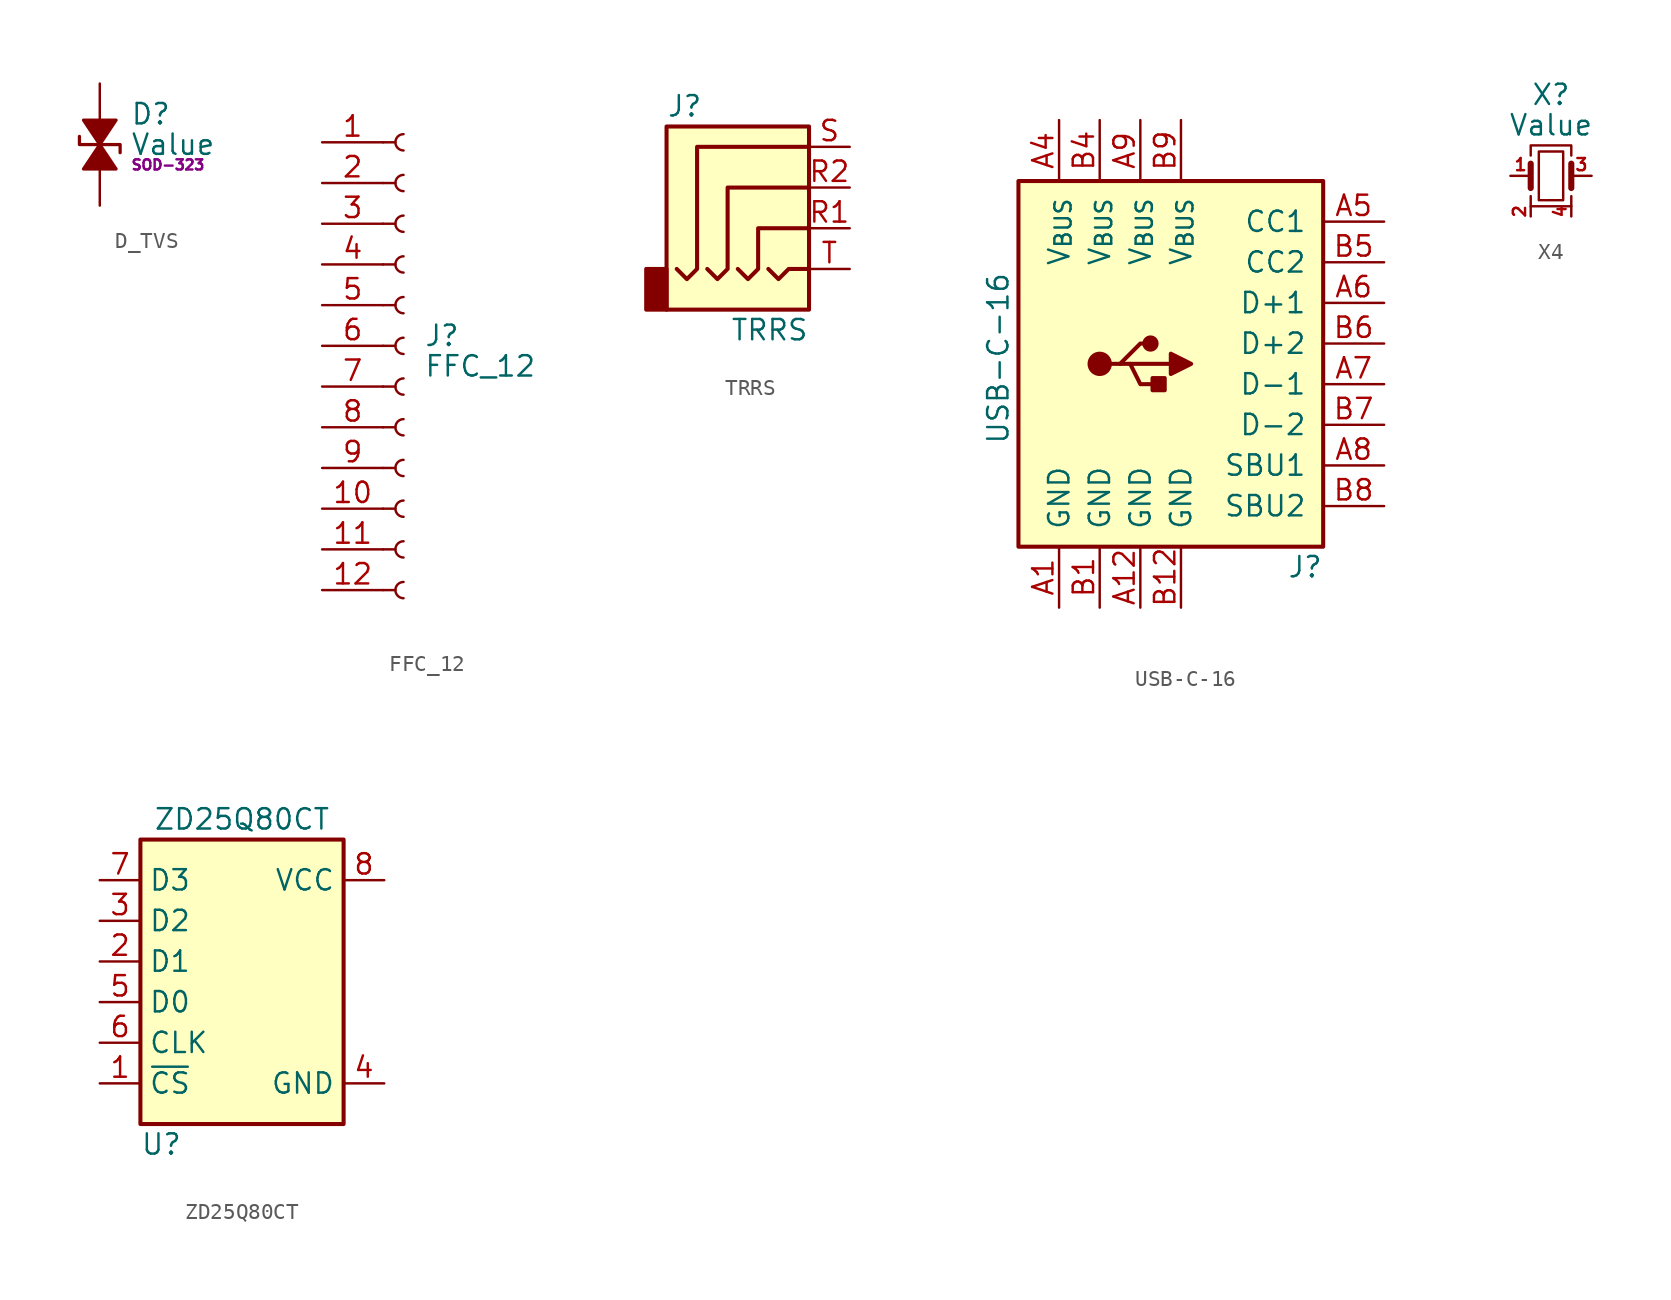
<source format=kicad_sym>
(kicad_symbol_lib
  (version 20231120)
  (generator "kicad_symbol_editor")
  (generator_version "8.0")
  (symbol "D_TVS"
    (pin_numbers hide)
    (pin_names
      (offset 1.016) hide)
    (property "Reference" "D"
      (at 1.905 1.905 0)
      (do_not_autoplace)
      (effects (font (size 1.27 1.27)) (justify left)))
    (property "Value" "Value"
      (at 1.905 0 0)
      (do_not_autoplace)
      (effects (font (size 1.27 1.27)) (justify left)))
    (property "Package" "SOD-323"
      (at 1.905 -1.27 0)
      (do_not_autoplace)
      (effects (font (size 0.635 0.635)) (justify left)))
    (symbol "D_TVS_0_1"
      (polyline (pts (xy 0 1.27) (xy 0 -1.27)) (stroke (width 0) (type solid)) (fill (type none)))
      (polyline (pts (xy -1.27 0.508) (xy -1.27 0) (xy 1.27 0) (xy 1.27 -0.508)) (stroke (width 0.203) (type solid)) (fill (type none))))
    (symbol "D_TVS_1_1"
      (polyline (pts (xy -1.016 -1.524) (xy 0 0) (xy 1.016 -1.524) (xy -1.016 -1.524)) (stroke (width 0.203) (type solid)) (fill (type outline)))
      (polyline (pts (xy 1.016 1.524) (xy 0 0) (xy -1.016 1.524) (xy 1.016 1.524)) (stroke (width 0.203) (type solid)) (fill (type outline)))
      (pin passive line (at 0 -3.81 90) (length 2.54) (name "A1" (effects (font (size 1.27 1.27)))) (number "1" (effects (font (size 1.27 1.27)))))
      (pin passive line (at 0 3.81 270) (length 2.54) (name "A2" (effects (font (size 1.27 1.27)))) (number "2" (effects (font (size 1.27 1.27)))))))
  (symbol "FFC_12"
    (pin_names
      (offset 1.016) hide)
    (property "Reference" "J"
      (at 1.27 0.635 0)
      (do_not_autoplace)
      (effects (font (size 1.27 1.27)) (justify left)))
    (property "Value" "FFC_12"
      (at 1.27 -1.27 0)
      (do_not_autoplace)
      (effects (font (size 1.27 1.27)) (justify left)))
    (symbol "FFC_12_1_1"
      (arc (start 0 -14.732) (mid -0.5058 -15.24) (end 0 -15.748) (stroke (width 0.1524) (type default)) (fill (type none)))
      (arc (start 0 -12.192) (mid -0.5058 -12.7) (end 0 -13.208) (stroke (width 0.1524) (type default)) (fill (type none)))
      (arc (start 0 -9.652) (mid -0.5058 -10.16) (end 0 -10.668) (stroke (width 0.1524) (type default)) (fill (type none)))
      (arc (start 0 -7.112) (mid -0.5058 -7.62) (end 0 -8.128) (stroke (width 0.1524) (type default)) (fill (type none)))
      (arc (start 0 -4.572) (mid -0.5058 -5.08) (end 0 -5.588) (stroke (width 0.1524) (type default)) (fill (type none)))
      (arc (start 0 -2.032) (mid -0.5058 -2.54) (end 0 -3.048) (stroke (width 0.1524) (type default)) (fill (type none)))
      (polyline (pts (xy -1.27 -15.24) (xy -0.508 -15.24)) (stroke (width 0.152) (type default)) (fill (type none)))
      (polyline (pts (xy -1.27 -12.7) (xy -0.508 -12.7)) (stroke (width 0.152) (type default)) (fill (type none)))
      (polyline (pts (xy -1.27 -10.16) (xy -0.508 -10.16)) (stroke (width 0.152) (type default)) (fill (type none)))
      (polyline (pts (xy -1.27 -7.62) (xy -0.508 -7.62)) (stroke (width 0.152) (type default)) (fill (type none)))
      (polyline (pts (xy -1.27 -5.08) (xy -0.508 -5.08)) (stroke (width 0.152) (type default)) (fill (type none)))
      (polyline (pts (xy -1.27 -2.54) (xy -0.508 -2.54)) (stroke (width 0.152) (type default)) (fill (type none)))
      (polyline (pts (xy -1.27 0) (xy -0.508 0)) (stroke (width 0.152) (type default)) (fill (type none)))
      (polyline (pts (xy -1.27 2.54) (xy -0.508 2.54)) (stroke (width 0.152) (type default)) (fill (type none)))
      (polyline (pts (xy -1.27 5.08) (xy -0.508 5.08)) (stroke (width 0.152) (type default)) (fill (type none)))
      (polyline (pts (xy -1.27 7.62) (xy -0.508 7.62)) (stroke (width 0.152) (type default)) (fill (type none)))
      (polyline (pts (xy -1.27 10.16) (xy -0.508 10.16)) (stroke (width 0.152) (type default)) (fill (type none)))
      (polyline (pts (xy -1.27 12.7) (xy -0.508 12.7)) (stroke (width 0.152) (type default)) (fill (type none)))
      (arc (start 0 0.508) (mid -0.5058 0) (end 0 -0.508) (stroke (width 0.1524) (type default)) (fill (type none)))
      (arc (start 0 3.048) (mid -0.5058 2.54) (end 0 2.032) (stroke (width 0.1524) (type default)) (fill (type none)))
      (arc (start 0 5.588) (mid -0.5058 5.08) (end 0 4.572) (stroke (width 0.1524) (type default)) (fill (type none)))
      (arc (start 0 8.128) (mid -0.5058 7.62) (end 0 7.112) (stroke (width 0.1524) (type default)) (fill (type none)))
      (arc (start 0 10.668) (mid -0.5058 10.16) (end 0 9.652) (stroke (width 0.1524) (type default)) (fill (type none)))
      (arc (start 0 13.208) (mid -0.5058 12.7) (end 0 12.192) (stroke (width 0.1524) (type default)) (fill (type none)))
      (pin passive line (at -5.08 12.7 0) (length 3.81) (name "Pin_1" (effects (font (size 1.27 1.27)))) (number "1" (effects (font (size 1.27 1.27)))))
      (pin passive line (at -5.08 -10.16 0) (length 3.81) (name "Pin_10" (effects (font (size 1.27 1.27)))) (number "10" (effects (font (size 1.27 1.27)))))
      (pin passive line (at -5.08 -12.7 0) (length 3.81) (name "Pin_11" (effects (font (size 1.27 1.27)))) (number "11" (effects (font (size 1.27 1.27)))))
      (pin passive line (at -5.08 -15.24 0) (length 3.81) (name "Pin_12" (effects (font (size 1.27 1.27)))) (number "12" (effects (font (size 1.27 1.27)))))
      (pin passive line (at -5.08 10.16 0) (length 3.81) (name "Pin_2" (effects (font (size 1.27 1.27)))) (number "2" (effects (font (size 1.27 1.27)))))
      (pin passive line (at -5.08 7.62 0) (length 3.81) (name "Pin_3" (effects (font (size 1.27 1.27)))) (number "3" (effects (font (size 1.27 1.27)))))
      (pin passive line (at -5.08 5.08 0) (length 3.81) (name "Pin_4" (effects (font (size 1.27 1.27)))) (number "4" (effects (font (size 1.27 1.27)))))
      (pin passive line (at -5.08 2.54 0) (length 3.81) (name "Pin_5" (effects (font (size 1.27 1.27)))) (number "5" (effects (font (size 1.27 1.27)))))
      (pin passive line (at -5.08 0 0) (length 3.81) (name "Pin_6" (effects (font (size 1.27 1.27)))) (number "6" (effects (font (size 1.27 1.27)))))
      (pin passive line (at -5.08 -2.54 0) (length 3.81) (name "Pin_7" (effects (font (size 1.27 1.27)))) (number "7" (effects (font (size 1.27 1.27)))))
      (pin passive line (at -5.08 -5.08 0) (length 3.81) (name "Pin_8" (effects (font (size 1.27 1.27)))) (number "8" (effects (font (size 1.27 1.27)))))
      (pin passive line (at -5.08 -7.62 0) (length 3.81) (name "Pin_9" (effects (font (size 1.27 1.27)))) (number "9" (effects (font (size 1.27 1.27)))))))
  (symbol "TRRS"
    (property "Reference" "J"
      (at -6.35 5.08 0)
      (do_not_autoplace)
      (effects (font (size 1.27 1.27)) (justify left)))
    (property "Value" "TRRS"
      (at 2.54 -8.89 0)
      (do_not_autoplace)
      (effects (font (size 1.27 1.27)) (justify right)))
    (symbol "TRRS_0_1"
      (rectangle (start -6.35 -5.08) (end -7.62 -7.62) (stroke (width 0.254) (type default)) (fill (type outline)))
      (polyline (pts (xy 0 -5.08) (xy 0.635 -5.715) (xy 1.27 -5.08) (xy 2.54 -5.08)) (stroke (width 0.254) (type default)) (fill (type none)))
      (polyline (pts (xy -5.715 -5.08) (xy -5.08 -5.715) (xy -4.445 -5.08) (xy -4.445 2.54) (xy 2.54 2.54)) (stroke (width 0.254) (type default)) (fill (type none)))
      (polyline (pts (xy -1.905 -5.08) (xy -1.27 -5.715) (xy -0.635 -5.08) (xy -0.635 -2.54) (xy 2.54 -2.54)) (stroke (width 0.254) (type default)) (fill (type none)))
      (polyline (pts (xy 2.54 0) (xy -2.54 0) (xy -2.54 -5.08) (xy -3.175 -5.715) (xy -3.81 -5.08)) (stroke (width 0.254) (type default)) (fill (type none)))
      (rectangle (start 2.54 3.81) (end -6.35 -7.62) (stroke (width 0.254) (type default)) (fill (type background))))
    (symbol "TRRS_1_1"
      (pin passive line (at 5.08 -2.54 180) (length 2.54) (name "~" (effects (font (size 1.27 1.27)))) (number "R1" (effects (font (size 1.27 1.27)))))
      (pin passive line (at 5.08 0 180) (length 2.54) (name "~" (effects (font (size 1.27 1.27)))) (number "R2" (effects (font (size 1.27 1.27)))))
      (pin passive line (at 5.08 2.54 180) (length 2.54) (name "~" (effects (font (size 1.27 1.27)))) (number "S" (effects (font (size 1.27 1.27)))))
      (pin passive line (at 5.08 -5.08 180) (length 2.54) (name "~" (effects (font (size 1.27 1.27)))) (number "T" (effects (font (size 1.27 1.27)))))))
  (symbol "USB-C-16"
    (pin_names
      (offset 1.016))
    (property "Reference" "J"
      (at 8.89 -12.7 0)
      (do_not_autoplace)
      (effects (font (size 1.27 1.27)) (justify right)))
    (property "Value" "USB-C-16"
      (at -11.43 -5.08 90)
      (do_not_autoplace)
      (effects (font (size 1.27 1.27)) (justify left)))
    (symbol "USB-C-16_0_1"
      (rectangle (start -10.16 11.43) (end 8.89 -11.43) (stroke (width 0.254) (type solid)) (fill (type background)))
      (circle (center -5.08 0) (radius 0.635) (stroke (width 0.254) (type solid)) (fill (type outline)))
      (circle (center -1.905 1.27) (radius 0.381) (stroke (width 0.254) (type solid)) (fill (type outline)))
      (rectangle (start -1.016 -0.889) (end -1.778 -1.651) (stroke (width 0.254) (type solid)) (fill (type outline)))
      (polyline (pts (xy -3.175 0) (xy -0.635 0)) (stroke (width 0.254) (type solid)) (fill (type none)))
      (polyline (pts (xy -4.445 0) (xy -3.81 0) (xy -2.54 1.27) (xy -1.905 1.27)) (stroke (width 0.254) (type solid)) (fill (type none)))
      (polyline (pts (xy -3.81 0) (xy -3.175 0) (xy -2.54 -1.27) (xy -1.27 -1.27)) (stroke (width 0.254) (type solid)) (fill (type none)))
      (polyline (pts (xy -0.635 0.635) (xy -0.635 -0.635) (xy 0.635 0) (xy -0.635 0.635)) (stroke (width 0.254) (type solid)) (fill (type outline))))
    (symbol "USB-C-16_1_1"
      (pin power_in line (at -7.62 -15.24 90) (length 3.81) (name "GND" (effects (font (size 1.27 1.27)))) (number "A1" (effects (font (size 1.27 1.27)))))
      (pin power_in line (at -2.54 -15.24 90) (length 3.81) (name "GND" (effects (font (size 1.27 1.27)))) (number "A12" (effects (font (size 1.27 1.27)))))
      (pin power_in line (at -7.62 15.24 270) (length 3.81) (name "V_{BUS}" (effects (font (size 1.27 1.27)))) (number "A4" (effects (font (size 1.27 1.27)))))
      (pin passive line (at 12.7 8.89 180) (length 3.81) (name "CC1" (effects (font (size 1.27 1.27)))) (number "A5" (effects (font (size 1.27 1.27)))))
      (pin passive line (at 12.7 3.81 180) (length 3.81) (name "D+1" (effects (font (size 1.27 1.27)))) (number "A6" (effects (font (size 1.27 1.27)))))
      (pin passive line (at 12.7 -1.27 180) (length 3.81) (name "D-1" (effects (font (size 1.27 1.27)))) (number "A7" (effects (font (size 1.27 1.27)))))
      (pin passive line (at 12.7 -6.35 180) (length 3.81) (name "SBU1" (effects (font (size 1.27 1.27)))) (number "A8" (effects (font (size 1.27 1.27)))))
      (pin power_in line (at -2.54 15.24 270) (length 3.81) (name "V_{BUS}" (effects (font (size 1.27 1.27)))) (number "A9" (effects (font (size 1.27 1.27)))))
      (pin power_in line (at -5.08 -15.24 90) (length 3.81) (name "GND" (effects (font (size 1.27 1.27)))) (number "B1" (effects (font (size 1.27 1.27)))))
      (pin power_in line (at 0 -15.24 90) (length 3.81) (name "GND" (effects (font (size 1.27 1.27)))) (number "B12" (effects (font (size 1.27 1.27)))))
      (pin power_in line (at -5.08 15.24 270) (length 3.81) (name "V_{BUS}" (effects (font (size 1.27 1.27)))) (number "B4" (effects (font (size 1.27 1.27)))))
      (pin passive line (at 12.7 6.35 180) (length 3.81) (name "CC2" (effects (font (size 1.27 1.27)))) (number "B5" (effects (font (size 1.27 1.27)))))
      (pin passive line (at 12.7 1.27 180) (length 3.81) (name "D+2" (effects (font (size 1.27 1.27)))) (number "B6" (effects (font (size 1.27 1.27)))))
      (pin passive line (at 12.7 -3.81 180) (length 3.81) (name "D-2" (effects (font (size 1.27 1.27)))) (number "B7" (effects (font (size 1.27 1.27)))))
      (pin passive line (at 12.7 -8.89 180) (length 3.81) (name "SBU2" (effects (font (size 1.27 1.27)))) (number "B8" (effects (font (size 1.27 1.27)))))
      (pin power_in line (at 0 15.24 270) (length 3.81) (name "V_{BUS}" (effects (font (size 1.27 1.27)))) (number "B9" (effects (font (size 1.27 1.27)))))))
  (symbol "X4"
    (pin_names
      (offset 1.016) hide)
    (property "Reference" "X"
      (at 0 5.08 0)
      (do_not_autoplace)
      (effects (font (size 1.27 1.27))))
    (property "Value" "Value"
      (at 0 3.175 0)
      (do_not_autoplace)
      (effects (font (size 1.27 1.27))))
    (symbol "X4_0_1"
      (rectangle (start -0.762 -1.524) (end 0.762 1.524) (stroke (width 0) (type default)) (fill (type none)))
      (polyline (pts (xy -1.27 -0.762) (xy -1.27 0.762)) (stroke (width 0.381) (type default)) (fill (type none)))
      (polyline (pts (xy 1.27 -0.762) (xy 1.27 0.762)) (stroke (width 0.381) (type default)) (fill (type none)))
      (polyline (pts (xy -1.27 -1.27) (xy -1.27 -1.905) (xy 1.27 -1.905) (xy 1.27 -1.27)) (stroke (width 0) (type default)) (fill (type none)))
      (polyline (pts (xy -1.27 1.27) (xy -1.27 1.905) (xy 1.27 1.905) (xy 1.27 1.27)) (stroke (width 0) (type default)) (fill (type none))))
    (symbol "X4_1_1"
      (pin passive line (at -2.54 0 0) (length 1.27) (name "1" (effects (font (size 1.27 1.27)))) (number "1" (effects (font (size 0.762 0.762)))))
      (pin passive line (at -1.27 -2.54 90) (length 0.635) (name "2" (effects (font (size 1.27 1.27)))) (number "2" (effects (font (size 0.762 0.762)))))
      (pin passive line (at 2.54 0 180) (length 1.27) (name "3" (effects (font (size 1.27 1.27)))) (number "3" (effects (font (size 0.762 0.762)))))
      (pin passive line (at 1.27 -2.54 90) (length 0.635) (name "4" (effects (font (size 1.27 1.27)))) (number "4" (effects (font (size 0.762 0.762)))))))
  (symbol "ZD25Q80CT"
    (property "Reference" "U"
      (at -6.35 -10.16 0)
      (do_not_autoplace)
      (effects (font (size 1.27 1.27)) (justify left)))
    (property "Value" "ZD25Q80CT"
      (at 0 10.16 0)
      (do_not_autoplace)
      (effects (font (size 1.27 1.27))))
    (symbol "ZD25Q80CT_1_1"
      (rectangle (start -6.35 8.89) (end 6.35 -8.89) (stroke (width 0.254) (type default)) (fill (type background)))
      (pin input line (at -8.89 -6.35 0) (length 2.54) (name "~{CS}" (effects (font (size 1.27 1.27)))) (number "1" (effects (font (size 1.27 1.27)))))
      (pin bidirectional line (at -8.89 1.27 0) (length 2.54) (name "D1" (effects (font (size 1.27 1.27)))) (number "2" (effects (font (size 1.27 1.27)))))
      (pin bidirectional line (at -8.89 3.81 0) (length 2.54) (name "D2" (effects (font (size 1.27 1.27)))) (number "3" (effects (font (size 1.27 1.27)))))
      (pin power_in line (at 8.89 -6.35 180) (length 2.54) (name "GND" (effects (font (size 1.27 1.27)))) (number "4" (effects (font (size 1.27 1.27)))))
      (pin bidirectional line (at -8.89 -1.27 0) (length 2.54) (name "D0" (effects (font (size 1.27 1.27)))) (number "5" (effects (font (size 1.27 1.27)))))
      (pin input line (at -8.89 -3.81 0) (length 2.54) (name "CLK" (effects (font (size 1.27 1.27)))) (number "6" (effects (font (size 1.27 1.27)))))
      (pin bidirectional line (at -8.89 6.35 0) (length 2.54) (name "D3" (effects (font (size 1.27 1.27)))) (number "7" (effects (font (size 1.27 1.27)))))
      (pin power_in line (at 8.89 6.35 180) (length 2.54) (name "VCC" (effects (font (size 1.27 1.27)))) (number "8" (effects (font (size 1.27 1.27))))))))
</source>
